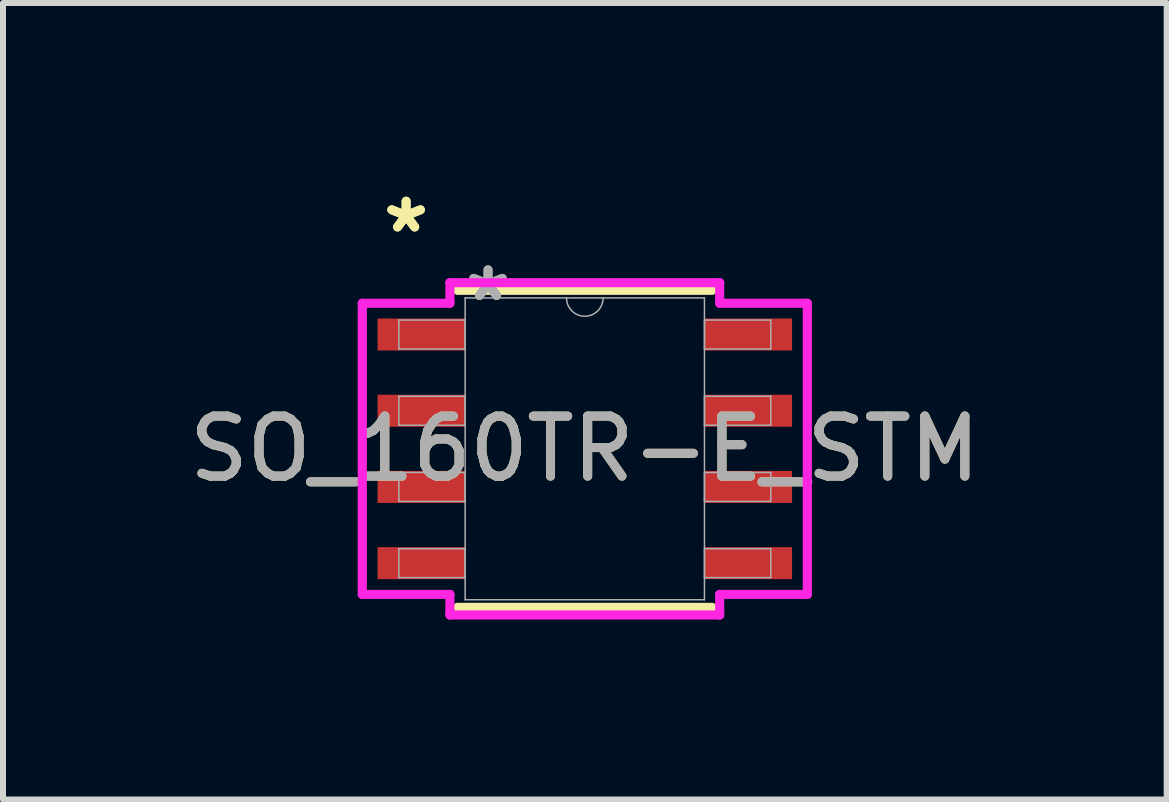
<source format=kicad_pcb>
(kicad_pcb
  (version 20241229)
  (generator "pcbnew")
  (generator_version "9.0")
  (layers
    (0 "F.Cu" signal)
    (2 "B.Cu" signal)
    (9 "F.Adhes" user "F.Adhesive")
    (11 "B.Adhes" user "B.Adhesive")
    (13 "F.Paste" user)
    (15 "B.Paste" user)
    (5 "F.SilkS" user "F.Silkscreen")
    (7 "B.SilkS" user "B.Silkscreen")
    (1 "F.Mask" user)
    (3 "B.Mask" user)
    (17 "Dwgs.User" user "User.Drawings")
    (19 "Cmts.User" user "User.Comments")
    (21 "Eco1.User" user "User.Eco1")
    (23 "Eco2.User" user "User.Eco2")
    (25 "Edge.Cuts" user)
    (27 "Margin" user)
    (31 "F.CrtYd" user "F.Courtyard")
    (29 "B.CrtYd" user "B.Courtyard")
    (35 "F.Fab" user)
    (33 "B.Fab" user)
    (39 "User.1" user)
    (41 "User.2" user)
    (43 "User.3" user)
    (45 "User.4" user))
  (footprint "SO_160TR-E_STM"
    (layer "F.Cu")
    (at 6.696 4.43)
    (property "Reference" "SO_160TR-E_STM" (at 0 0 0) (unlocked yes) (layer "F.SilkS") (effects (font (size 1 1) (thickness 0.15))))
    (attr smd)
    (fp_line (start -2.121 2.642) (end 2.121 2.642) (stroke (width 0.152) (type solid)) (layer "F.SilkS"))
    (fp_line (start 2.121 -2.642) (end -2.121 -2.642) (stroke (width 0.152) (type solid)) (layer "F.SilkS"))
    (fp_line (start -3.708 -2.426) (end -2.248 -2.426) (stroke (width 0.152) (type solid)) (layer "F.CrtYd"))
    (fp_line (start -3.708 2.426) (end -3.708 -2.426) (stroke (width 0.152) (type solid)) (layer "F.CrtYd"))
    (fp_line (start -3.708 2.426) (end -2.248 2.426) (stroke (width 0.152) (type solid)) (layer "F.CrtYd"))
    (fp_line (start -2.248 -2.769) (end 2.248 -2.769) (stroke (width 0.152) (type solid)) (layer "F.CrtYd"))
    (fp_line (start -2.248 -2.426) (end -2.248 -2.769) (stroke (width 0.152) (type solid)) (layer "F.CrtYd"))
    (fp_line (start -2.248 2.769) (end -2.248 2.426) (stroke (width 0.152) (type solid)) (layer "F.CrtYd"))
    (fp_line (start 2.248 -2.769) (end 2.248 -2.426) (stroke (width 0.152) (type solid)) (layer "F.CrtYd"))
    (fp_line (start 2.248 2.426) (end 2.248 2.769) (stroke (width 0.152) (type solid)) (layer "F.CrtYd"))
    (fp_line (start 2.248 2.769) (end -2.248 2.769) (stroke (width 0.152) (type solid)) (layer "F.CrtYd"))
    (fp_line (start 3.708 -2.426) (end 2.248 -2.426) (stroke (width 0.152) (type solid)) (layer "F.CrtYd"))
    (fp_line (start 3.708 -2.426) (end 3.708 2.426) (stroke (width 0.152) (type solid)) (layer "F.CrtYd"))
    (fp_line (start 3.708 2.426) (end 2.248 2.426) (stroke (width 0.152) (type solid)) (layer "F.CrtYd"))
    (fp_line (start -3.099 -2.146) (end -3.099 -1.664) (stroke (width 0.025) (type solid)) (layer "F.Fab"))
    (fp_line (start -3.099 -1.664) (end -1.994 -1.664) (stroke (width 0.025) (type solid)) (layer "F.Fab"))
    (fp_line (start -3.099 -0.876) (end -3.099 -0.394) (stroke (width 0.025) (type solid)) (layer "F.Fab"))
    (fp_line (start -3.099 -0.394) (end -1.994 -0.394) (stroke (width 0.025) (type solid)) (layer "F.Fab"))
    (fp_line (start -3.099 0.394) (end -3.099 0.876) (stroke (width 0.025) (type solid)) (layer "F.Fab"))
    (fp_line (start -3.099 0.876) (end -1.994 0.876) (stroke (width 0.025) (type solid)) (layer "F.Fab"))
    (fp_line (start -3.099 1.664) (end -3.099 2.146) (stroke (width 0.025) (type solid)) (layer "F.Fab"))
    (fp_line (start -3.099 2.146) (end -1.994 2.146) (stroke (width 0.025) (type solid)) (layer "F.Fab"))
    (fp_line (start -1.994 -2.515) (end -1.994 2.515) (stroke (width 0.025) (type solid)) (layer "F.Fab"))
    (fp_line (start -1.994 -2.146) (end -3.099 -2.146) (stroke (width 0.025) (type solid)) (layer "F.Fab"))
    (fp_line (start -1.994 -1.664) (end -1.994 -2.146) (stroke (width 0.025) (type solid)) (layer "F.Fab"))
    (fp_line (start -1.994 -0.876) (end -3.099 -0.876) (stroke (width 0.025) (type solid)) (layer "F.Fab"))
    (fp_line (start -1.994 -0.394) (end -1.994 -0.876) (stroke (width 0.025) (type solid)) (layer "F.Fab"))
    (fp_line (start -1.994 0.394) (end -3.099 0.394) (stroke (width 0.025) (type solid)) (layer "F.Fab"))
    (fp_line (start -1.994 0.876) (end -1.994 0.394) (stroke (width 0.025) (type solid)) (layer "F.Fab"))
    (fp_line (start -1.994 1.664) (end -3.099 1.664) (stroke (width 0.025) (type solid)) (layer "F.Fab"))
    (fp_line (start -1.994 2.146) (end -1.994 1.664) (stroke (width 0.025) (type solid)) (layer "F.Fab"))
    (fp_line (start -1.994 2.515) (end 1.994 2.515) (stroke (width 0.025) (type solid)) (layer "F.Fab"))
    (fp_line (start 1.994 -2.515) (end -1.994 -2.515) (stroke (width 0.025) (type solid)) (layer "F.Fab"))
    (fp_line (start 1.994 -2.146) (end 1.994 -1.664) (stroke (width 0.025) (type solid)) (layer "F.Fab"))
    (fp_line (start 1.994 -1.664) (end 3.099 -1.664) (stroke (width 0.025) (type solid)) (layer "F.Fab"))
    (fp_line (start 1.994 -0.876) (end 1.994 -0.394) (stroke (width 0.025) (type solid)) (layer "F.Fab"))
    (fp_line (start 1.994 -0.394) (end 3.099 -0.394) (stroke (width 0.025) (type solid)) (layer "F.Fab"))
    (fp_line (start 1.994 0.394) (end 1.994 0.876) (stroke (width 0.025) (type solid)) (layer "F.Fab"))
    (fp_line (start 1.994 0.876) (end 3.099 0.876) (stroke (width 0.025) (type solid)) (layer "F.Fab"))
    (fp_line (start 1.994 1.664) (end 1.994 2.146) (stroke (width 0.025) (type solid)) (layer "F.Fab"))
    (fp_line (start 1.994 2.146) (end 3.099 2.146) (stroke (width 0.025) (type solid)) (layer "F.Fab"))
    (fp_line (start 1.994 2.515) (end 1.994 -2.515) (stroke (width 0.025) (type solid)) (layer "F.Fab"))
    (fp_line (start 3.099 -2.146) (end 1.994 -2.146) (stroke (width 0.025) (type solid)) (layer "F.Fab"))
    (fp_line (start 3.099 -1.664) (end 3.099 -2.146) (stroke (width 0.025) (type solid)) (layer "F.Fab"))
    (fp_line (start 3.099 -0.876) (end 1.994 -0.876) (stroke (width 0.025) (type solid)) (layer "F.Fab"))
    (fp_line (start 3.099 -0.394) (end 3.099 -0.876) (stroke (width 0.025) (type solid)) (layer "F.Fab"))
    (fp_line (start 3.099 0.394) (end 1.994 0.394) (stroke (width 0.025) (type solid)) (layer "F.Fab"))
    (fp_line (start 3.099 0.876) (end 3.099 0.394) (stroke (width 0.025) (type solid)) (layer "F.Fab"))
    (fp_line (start 3.099 1.664) (end 1.994 1.664) (stroke (width 0.025) (type solid)) (layer "F.Fab"))
    (fp_line (start 3.099 2.146) (end 3.099 1.664) (stroke (width 0.025) (type solid)) (layer "F.Fab"))
    (fp_arc (start 0.3048 -2.5146) (mid 0 -2.2098) (end -0.3048 -2.5146) (stroke (width 0.0254) (type solid)) (layer "F.Fab"))
    (fp_text user "*" (at -2.978 -3.581 0) (unlocked yes) (layer "F.SilkS") (effects (font (size 1 1) (thickness 0.15))))
    (fp_text user "*" (at -2.978 -3.581 0) (layer "F.SilkS") (effects (font (size 1 1) (thickness 0.15))))
    (fp_text user "*" (at -1.613 -2.438 0) (layer "F.Fab") (effects (font (size 1 1) (thickness 0.15))))
    (fp_text user "${REFERENCE}" (at 0 0 0) (unlocked yes) (layer "F.Fab") (effects (font (size 1 1) (thickness 0.15))))
    (fp_text user "*" (at -1.613 -2.438 0) (unlocked yes) (layer "F.Fab") (effects (font (size 1 1) (thickness 0.15))))
    (pad "1" smd rect (at -2.724 -1.905) (size 1.46 0.533) (layers "F.Cu" "F.Mask" "F.Paste"))
    (pad "2" smd rect (at -2.724 -0.635) (size 1.46 0.533) (layers "F.Cu" "F.Mask" "F.Paste"))
    (pad "3" smd rect (at -2.724 0.635) (size 1.46 0.533) (layers "F.Cu" "F.Mask" "F.Paste"))
    (pad "4" smd rect (at -2.724 1.905) (size 1.46 0.533) (layers "F.Cu" "F.Mask" "F.Paste"))
    (pad "5" smd rect (at 2.724 1.905) (size 1.46 0.533) (layers "F.Cu" "F.Mask" "F.Paste"))
    (pad "6" smd rect (at 2.724 0.635) (size 1.46 0.533) (layers "F.Cu" "F.Mask" "F.Paste"))
    (pad "7" smd rect (at 2.724 -0.635) (size 1.46 0.533) (layers "F.Cu" "F.Mask" "F.Paste"))
    (pad "8" smd rect (at 2.724 -1.905) (size 1.46 0.533) (layers "F.Cu" "F.Mask" "F.Paste")))
  (gr_rect
    (start -3 -3)
    (end 16.393 10.274)
    (stroke (width 0.1) (type default))
    (fill no)
    (layer "Edge.Cuts")))
</source>
